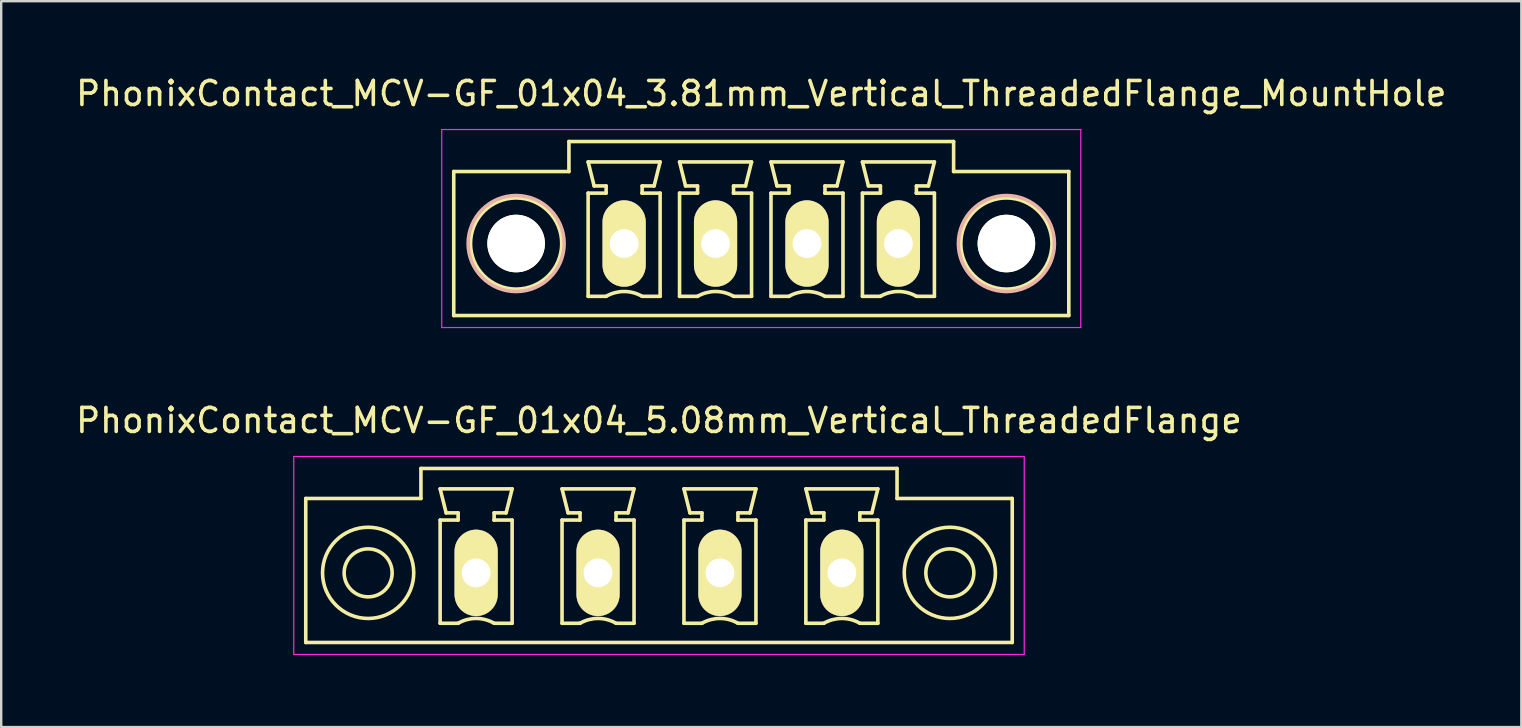
<source format=kicad_pcb>
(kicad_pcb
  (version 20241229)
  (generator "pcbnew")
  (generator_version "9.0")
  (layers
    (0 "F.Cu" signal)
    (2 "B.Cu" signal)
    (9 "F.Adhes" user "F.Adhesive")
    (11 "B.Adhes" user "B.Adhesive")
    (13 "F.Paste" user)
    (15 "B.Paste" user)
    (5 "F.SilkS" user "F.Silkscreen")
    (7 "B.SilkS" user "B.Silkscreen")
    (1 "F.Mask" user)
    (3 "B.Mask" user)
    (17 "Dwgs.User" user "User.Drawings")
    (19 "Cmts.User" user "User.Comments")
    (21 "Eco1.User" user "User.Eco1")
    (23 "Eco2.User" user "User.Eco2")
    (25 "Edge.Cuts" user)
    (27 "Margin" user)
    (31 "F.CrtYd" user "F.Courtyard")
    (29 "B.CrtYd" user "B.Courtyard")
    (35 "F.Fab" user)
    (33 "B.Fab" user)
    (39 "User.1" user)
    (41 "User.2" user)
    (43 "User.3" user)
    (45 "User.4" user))
  (footprint "PhonixContact_MCV-GF_01x04_3.81mm_Vertical_ThreadedFlange_MountHole"
    (layer "F.Cu")
    (at 22.958 7.098)
    (property "Reference" "PhonixContact_MCV-GF_01x04_3.81mm_Vertical_ThreadedFlange_MountHole" (at 5.715 -6.25 0) (layer "F.SilkS") (effects (font (size 1 1) (thickness 0.15))))
    (attr through_hole)
    (fp_line (start -7.1 -3) (end -7.1 3) (stroke (width 0.15) (type solid)) (layer "F.SilkS"))
    (fp_line (start -7.1 3) (end 18.53 3) (stroke (width 0.15) (type solid)) (layer "F.SilkS"))
    (fp_line (start -2.3 -4.25) (end -2.3 -3) (stroke (width 0.15) (type solid)) (layer "F.SilkS"))
    (fp_line (start -2.3 -3) (end -7.1 -3) (stroke (width 0.15) (type solid)) (layer "F.SilkS"))
    (fp_line (start -1.5 -3.4) (end 1.5 -3.4) (stroke (width 0.15) (type solid)) (layer "F.SilkS"))
    (fp_line (start -1.5 -2.1) (end -0.75 -2.1) (stroke (width 0.15) (type solid)) (layer "F.SilkS"))
    (fp_line (start -1.5 2.2) (end -1.5 -2.1) (stroke (width 0.15) (type solid)) (layer "F.SilkS"))
    (fp_line (start -1.25 -2.4) (end -1.5 -3.4) (stroke (width 0.15) (type solid)) (layer "F.SilkS"))
    (fp_line (start -0.75 -2.4) (end -1.25 -2.4) (stroke (width 0.15) (type solid)) (layer "F.SilkS"))
    (fp_line (start -0.75 -2.1) (end -0.75 -2.4) (stroke (width 0.15) (type solid)) (layer "F.SilkS"))
    (fp_line (start -0.75 2.2) (end -1.5 2.2) (stroke (width 0.15) (type solid)) (layer "F.SilkS"))
    (fp_line (start 0.75 -2.4) (end 0.75 -2.1) (stroke (width 0.15) (type solid)) (layer "F.SilkS"))
    (fp_line (start 0.75 -2.1) (end 0.75 -2.1) (stroke (width 0.15) (type solid)) (layer "F.SilkS"))
    (fp_line (start 0.75 -2.1) (end 1.5 -2.1) (stroke (width 0.15) (type solid)) (layer "F.SilkS"))
    (fp_line (start 1.25 -2.4) (end 0.75 -2.4) (stroke (width 0.15) (type solid)) (layer "F.SilkS"))
    (fp_line (start 1.5 -3.4) (end 1.25 -2.4) (stroke (width 0.15) (type solid)) (layer "F.SilkS"))
    (fp_line (start 1.5 -2.1) (end 1.5 2.2) (stroke (width 0.15) (type solid)) (layer "F.SilkS"))
    (fp_line (start 1.5 2.2) (end 0.75 2.2) (stroke (width 0.15) (type solid)) (layer "F.SilkS"))
    (fp_line (start 2.31 -3.4) (end 5.31 -3.4) (stroke (width 0.15) (type solid)) (layer "F.SilkS"))
    (fp_line (start 2.31 -2.1) (end 3.06 -2.1) (stroke (width 0.15) (type solid)) (layer "F.SilkS"))
    (fp_line (start 2.31 2.2) (end 2.31 -2.1) (stroke (width 0.15) (type solid)) (layer "F.SilkS"))
    (fp_line (start 2.56 -2.4) (end 2.31 -3.4) (stroke (width 0.15) (type solid)) (layer "F.SilkS"))
    (fp_line (start 3.06 -2.4) (end 2.56 -2.4) (stroke (width 0.15) (type solid)) (layer "F.SilkS"))
    (fp_line (start 3.06 -2.1) (end 3.06 -2.4) (stroke (width 0.15) (type solid)) (layer "F.SilkS"))
    (fp_line (start 3.06 2.2) (end 2.31 2.2) (stroke (width 0.15) (type solid)) (layer "F.SilkS"))
    (fp_line (start 4.56 -2.4) (end 4.56 -2.1) (stroke (width 0.15) (type solid)) (layer "F.SilkS"))
    (fp_line (start 4.56 -2.1) (end 4.56 -2.1) (stroke (width 0.15) (type solid)) (layer "F.SilkS"))
    (fp_line (start 4.56 -2.1) (end 5.31 -2.1) (stroke (width 0.15) (type solid)) (layer "F.SilkS"))
    (fp_line (start 5.06 -2.4) (end 4.56 -2.4) (stroke (width 0.15) (type solid)) (layer "F.SilkS"))
    (fp_line (start 5.31 -3.4) (end 5.06 -2.4) (stroke (width 0.15) (type solid)) (layer "F.SilkS"))
    (fp_line (start 5.31 -2.1) (end 5.31 2.2) (stroke (width 0.15) (type solid)) (layer "F.SilkS"))
    (fp_line (start 5.31 2.2) (end 4.56 2.2) (stroke (width 0.15) (type solid)) (layer "F.SilkS"))
    (fp_line (start 6.12 -3.4) (end 9.12 -3.4) (stroke (width 0.15) (type solid)) (layer "F.SilkS"))
    (fp_line (start 6.12 -2.1) (end 6.87 -2.1) (stroke (width 0.15) (type solid)) (layer "F.SilkS"))
    (fp_line (start 6.12 2.2) (end 6.12 -2.1) (stroke (width 0.15) (type solid)) (layer "F.SilkS"))
    (fp_line (start 6.37 -2.4) (end 6.12 -3.4) (stroke (width 0.15) (type solid)) (layer "F.SilkS"))
    (fp_line (start 6.87 -2.4) (end 6.37 -2.4) (stroke (width 0.15) (type solid)) (layer "F.SilkS"))
    (fp_line (start 6.87 -2.1) (end 6.87 -2.4) (stroke (width 0.15) (type solid)) (layer "F.SilkS"))
    (fp_line (start 6.87 2.2) (end 6.12 2.2) (stroke (width 0.15) (type solid)) (layer "F.SilkS"))
    (fp_line (start 8.37 -2.4) (end 8.37 -2.1) (stroke (width 0.15) (type solid)) (layer "F.SilkS"))
    (fp_line (start 8.37 -2.1) (end 8.37 -2.1) (stroke (width 0.15) (type solid)) (layer "F.SilkS"))
    (fp_line (start 8.37 -2.1) (end 9.12 -2.1) (stroke (width 0.15) (type solid)) (layer "F.SilkS"))
    (fp_line (start 8.87 -2.4) (end 8.37 -2.4) (stroke (width 0.15) (type solid)) (layer "F.SilkS"))
    (fp_line (start 9.12 -3.4) (end 8.87 -2.4) (stroke (width 0.15) (type solid)) (layer "F.SilkS"))
    (fp_line (start 9.12 -2.1) (end 9.12 2.2) (stroke (width 0.15) (type solid)) (layer "F.SilkS"))
    (fp_line (start 9.12 2.2) (end 8.37 2.2) (stroke (width 0.15) (type solid)) (layer "F.SilkS"))
    (fp_line (start 9.93 -3.4) (end 12.93 -3.4) (stroke (width 0.15) (type solid)) (layer "F.SilkS"))
    (fp_line (start 9.93 -2.1) (end 10.68 -2.1) (stroke (width 0.15) (type solid)) (layer "F.SilkS"))
    (fp_line (start 9.93 2.2) (end 9.93 -2.1) (stroke (width 0.15) (type solid)) (layer "F.SilkS"))
    (fp_line (start 10.18 -2.4) (end 9.93 -3.4) (stroke (width 0.15) (type solid)) (layer "F.SilkS"))
    (fp_line (start 10.68 -2.4) (end 10.18 -2.4) (stroke (width 0.15) (type solid)) (layer "F.SilkS"))
    (fp_line (start 10.68 -2.1) (end 10.68 -2.4) (stroke (width 0.15) (type solid)) (layer "F.SilkS"))
    (fp_line (start 10.68 2.2) (end 9.93 2.2) (stroke (width 0.15) (type solid)) (layer "F.SilkS"))
    (fp_line (start 12.18 -2.4) (end 12.18 -2.1) (stroke (width 0.15) (type solid)) (layer "F.SilkS"))
    (fp_line (start 12.18 -2.1) (end 12.18 -2.1) (stroke (width 0.15) (type solid)) (layer "F.SilkS"))
    (fp_line (start 12.18 -2.1) (end 12.93 -2.1) (stroke (width 0.15) (type solid)) (layer "F.SilkS"))
    (fp_line (start 12.68 -2.4) (end 12.18 -2.4) (stroke (width 0.15) (type solid)) (layer "F.SilkS"))
    (fp_line (start 12.93 -3.4) (end 12.68 -2.4) (stroke (width 0.15) (type solid)) (layer "F.SilkS"))
    (fp_line (start 12.93 -2.1) (end 12.93 2.2) (stroke (width 0.15) (type solid)) (layer "F.SilkS"))
    (fp_line (start 12.93 2.2) (end 12.18 2.2) (stroke (width 0.15) (type solid)) (layer "F.SilkS"))
    (fp_line (start 13.73 -4.25) (end -2.3 -4.25) (stroke (width 0.15) (type solid)) (layer "F.SilkS"))
    (fp_line (start 13.73 -3) (end 13.73 -4.25) (stroke (width 0.15) (type solid)) (layer "F.SilkS"))
    (fp_line (start 18.53 -3) (end 13.73 -3) (stroke (width 0.15) (type solid)) (layer "F.SilkS"))
    (fp_line (start 18.53 3) (end 18.53 -3) (stroke (width 0.15) (type solid)) (layer "F.SilkS"))
    (fp_arc (start -0.75 2.2) (mid -0.006068 1.999179) (end 0.739464 2.193978) (stroke (width 0.15) (type solid)) (layer "F.SilkS"))
    (fp_arc (start 3.06 2.2) (mid 3.803932 1.999179) (end 4.549464 2.193978) (stroke (width 0.15) (type solid)) (layer "F.SilkS"))
    (fp_arc (start 6.87 2.2) (mid 7.613932 1.999179) (end 8.359464 2.193978) (stroke (width 0.15) (type solid)) (layer "F.SilkS"))
    (fp_arc (start 10.68 2.2) (mid 11.423932 1.999179) (end 12.169464 2.193978) (stroke (width 0.15) (type solid)) (layer "F.SilkS"))
    (fp_circle (center -4.5 0) (end -2.6 0) (stroke (width 0.15) (type solid)) (fill no) (layer "F.SilkS"))
    (fp_circle (center 15.93 0) (end 17.83 0) (stroke (width 0.15) (type solid)) (fill no) (layer "F.SilkS"))
    (fp_circle (center -4.5 0) (end -2.5 0) (stroke (width 0.15) (type solid)) (fill no) (layer "B.SilkS"))
    (fp_circle (center 15.93 0) (end 17.93 0) (stroke (width 0.15) (type solid)) (fill no) (layer "B.SilkS"))
    (fp_line (start -7.6 -4.75) (end -7.6 3.5) (stroke (width 0.05) (type solid)) (layer "F.CrtYd"))
    (fp_line (start -7.6 3.5) (end 19.03 3.5) (stroke (width 0.05) (type solid)) (layer "F.CrtYd"))
    (fp_line (start 19.03 -4.75) (end -7.6 -4.75) (stroke (width 0.05) (type solid)) (layer "F.CrtYd"))
    (fp_line (start 19.03 3.5) (end 19.03 -4.75) (stroke (width 0.05) (type solid)) (layer "F.CrtYd"))
    (pad "" np_thru_hole circle (at -4.5 0) (size 2.4 2.4) (drill 2.4) (layers "*.Cu" "*.Mask" "F.SilkS"))
    (pad "" np_thru_hole circle (at 15.93 0) (size 2.4 2.4) (drill 2.4) (layers "*.Cu" "*.Mask" "F.SilkS"))
    (pad "1" thru_hole oval (at 0 0) (size 1.8 3.6) (drill 1.2) (layers "*.Cu" "*.Mask" "F.SilkS"))
    (pad "2" thru_hole oval (at 3.81 0) (size 1.8 3.6) (drill 1.2) (layers "*.Cu" "*.Mask" "F.SilkS"))
    (pad "3" thru_hole oval (at 7.62 0) (size 1.8 3.6) (drill 1.2) (layers "*.Cu" "*.Mask" "F.SilkS"))
    (pad "4" thru_hole oval (at 11.43 0) (size 1.8 3.6) (drill 1.2) (layers "*.Cu" "*.Mask" "F.SilkS")))
  (footprint "PhonixContact_MCV-GF_01x04_5.08mm_Vertical_ThreadedFlange"
    (layer "F.Cu")
    (at 16.791 20.822)
    (property "Reference" "PhonixContact_MCV-GF_01x04_5.08mm_Vertical_ThreadedFlange" (at 7.62 -6.35 0) (layer "F.SilkS") (effects (font (size 1 1) (thickness 0.15))))
    (attr through_hole)
    (fp_line (start -7.1 -3.1) (end -7.1 2.9) (stroke (width 0.15) (type solid)) (layer "F.SilkS"))
    (fp_line (start -7.1 2.9) (end 22.34 2.9) (stroke (width 0.15) (type solid)) (layer "F.SilkS"))
    (fp_line (start -2.3 -4.35) (end -2.3 -3.1) (stroke (width 0.15) (type solid)) (layer "F.SilkS"))
    (fp_line (start -2.3 -3.1) (end -7.1 -3.1) (stroke (width 0.15) (type solid)) (layer "F.SilkS"))
    (fp_line (start -1.5 -3.5) (end 1.5 -3.5) (stroke (width 0.15) (type solid)) (layer "F.SilkS"))
    (fp_line (start -1.5 -2.2) (end -0.75 -2.2) (stroke (width 0.15) (type solid)) (layer "F.SilkS"))
    (fp_line (start -1.5 2.1) (end -1.5 -2.2) (stroke (width 0.15) (type solid)) (layer "F.SilkS"))
    (fp_line (start -1.25 -2.5) (end -1.5 -3.5) (stroke (width 0.15) (type solid)) (layer "F.SilkS"))
    (fp_line (start -0.75 -2.5) (end -1.25 -2.5) (stroke (width 0.15) (type solid)) (layer "F.SilkS"))
    (fp_line (start -0.75 -2.2) (end -0.75 -2.5) (stroke (width 0.15) (type solid)) (layer "F.SilkS"))
    (fp_line (start -0.75 2.1) (end -1.5 2.1) (stroke (width 0.15) (type solid)) (layer "F.SilkS"))
    (fp_line (start 0.75 -2.5) (end 0.75 -2.2) (stroke (width 0.15) (type solid)) (layer "F.SilkS"))
    (fp_line (start 0.75 -2.2) (end 0.75 -2.2) (stroke (width 0.15) (type solid)) (layer "F.SilkS"))
    (fp_line (start 0.75 -2.2) (end 1.5 -2.2) (stroke (width 0.15) (type solid)) (layer "F.SilkS"))
    (fp_line (start 1.25 -2.5) (end 0.75 -2.5) (stroke (width 0.15) (type solid)) (layer "F.SilkS"))
    (fp_line (start 1.5 -3.5) (end 1.25 -2.5) (stroke (width 0.15) (type solid)) (layer "F.SilkS"))
    (fp_line (start 1.5 -2.2) (end 1.5 2.1) (stroke (width 0.15) (type solid)) (layer "F.SilkS"))
    (fp_line (start 1.5 2.1) (end 0.75 2.1) (stroke (width 0.15) (type solid)) (layer "F.SilkS"))
    (fp_line (start 3.58 -3.5) (end 6.58 -3.5) (stroke (width 0.15) (type solid)) (layer "F.SilkS"))
    (fp_line (start 3.58 -2.2) (end 4.33 -2.2) (stroke (width 0.15) (type solid)) (layer "F.SilkS"))
    (fp_line (start 3.58 2.1) (end 3.58 -2.2) (stroke (width 0.15) (type solid)) (layer "F.SilkS"))
    (fp_line (start 3.83 -2.5) (end 3.58 -3.5) (stroke (width 0.15) (type solid)) (layer "F.SilkS"))
    (fp_line (start 4.33 -2.5) (end 3.83 -2.5) (stroke (width 0.15) (type solid)) (layer "F.SilkS"))
    (fp_line (start 4.33 -2.2) (end 4.33 -2.5) (stroke (width 0.15) (type solid)) (layer "F.SilkS"))
    (fp_line (start 4.33 2.1) (end 3.58 2.1) (stroke (width 0.15) (type solid)) (layer "F.SilkS"))
    (fp_line (start 5.83 -2.5) (end 5.83 -2.2) (stroke (width 0.15) (type solid)) (layer "F.SilkS"))
    (fp_line (start 5.83 -2.2) (end 5.83 -2.2) (stroke (width 0.15) (type solid)) (layer "F.SilkS"))
    (fp_line (start 5.83 -2.2) (end 6.58 -2.2) (stroke (width 0.15) (type solid)) (layer "F.SilkS"))
    (fp_line (start 6.33 -2.5) (end 5.83 -2.5) (stroke (width 0.15) (type solid)) (layer "F.SilkS"))
    (fp_line (start 6.58 -3.5) (end 6.33 -2.5) (stroke (width 0.15) (type solid)) (layer "F.SilkS"))
    (fp_line (start 6.58 -2.2) (end 6.58 2.1) (stroke (width 0.15) (type solid)) (layer "F.SilkS"))
    (fp_line (start 6.58 2.1) (end 5.83 2.1) (stroke (width 0.15) (type solid)) (layer "F.SilkS"))
    (fp_line (start 8.66 -3.5) (end 11.66 -3.5) (stroke (width 0.15) (type solid)) (layer "F.SilkS"))
    (fp_line (start 8.66 -2.2) (end 9.41 -2.2) (stroke (width 0.15) (type solid)) (layer "F.SilkS"))
    (fp_line (start 8.66 2.1) (end 8.66 -2.2) (stroke (width 0.15) (type solid)) (layer "F.SilkS"))
    (fp_line (start 8.91 -2.5) (end 8.66 -3.5) (stroke (width 0.15) (type solid)) (layer "F.SilkS"))
    (fp_line (start 9.41 -2.5) (end 8.91 -2.5) (stroke (width 0.15) (type solid)) (layer "F.SilkS"))
    (fp_line (start 9.41 -2.2) (end 9.41 -2.5) (stroke (width 0.15) (type solid)) (layer "F.SilkS"))
    (fp_line (start 9.41 2.1) (end 8.66 2.1) (stroke (width 0.15) (type solid)) (layer "F.SilkS"))
    (fp_line (start 10.91 -2.5) (end 10.91 -2.2) (stroke (width 0.15) (type solid)) (layer "F.SilkS"))
    (fp_line (start 10.91 -2.2) (end 10.91 -2.2) (stroke (width 0.15) (type solid)) (layer "F.SilkS"))
    (fp_line (start 10.91 -2.2) (end 11.66 -2.2) (stroke (width 0.15) (type solid)) (layer "F.SilkS"))
    (fp_line (start 11.41 -2.5) (end 10.91 -2.5) (stroke (width 0.15) (type solid)) (layer "F.SilkS"))
    (fp_line (start 11.66 -3.5) (end 11.41 -2.5) (stroke (width 0.15) (type solid)) (layer "F.SilkS"))
    (fp_line (start 11.66 -2.2) (end 11.66 2.1) (stroke (width 0.15) (type solid)) (layer "F.SilkS"))
    (fp_line (start 11.66 2.1) (end 10.91 2.1) (stroke (width 0.15) (type solid)) (layer "F.SilkS"))
    (fp_line (start 13.74 -3.5) (end 16.74 -3.5) (stroke (width 0.15) (type solid)) (layer "F.SilkS"))
    (fp_line (start 13.74 -2.2) (end 14.49 -2.2) (stroke (width 0.15) (type solid)) (layer "F.SilkS"))
    (fp_line (start 13.74 2.1) (end 13.74 -2.2) (stroke (width 0.15) (type solid)) (layer "F.SilkS"))
    (fp_line (start 13.99 -2.5) (end 13.74 -3.5) (stroke (width 0.15) (type solid)) (layer "F.SilkS"))
    (fp_line (start 14.49 -2.5) (end 13.99 -2.5) (stroke (width 0.15) (type solid)) (layer "F.SilkS"))
    (fp_line (start 14.49 -2.2) (end 14.49 -2.5) (stroke (width 0.15) (type solid)) (layer "F.SilkS"))
    (fp_line (start 14.49 2.1) (end 13.74 2.1) (stroke (width 0.15) (type solid)) (layer "F.SilkS"))
    (fp_line (start 15.99 -2.5) (end 15.99 -2.2) (stroke (width 0.15) (type solid)) (layer "F.SilkS"))
    (fp_line (start 15.99 -2.2) (end 15.99 -2.2) (stroke (width 0.15) (type solid)) (layer "F.SilkS"))
    (fp_line (start 15.99 -2.2) (end 16.74 -2.2) (stroke (width 0.15) (type solid)) (layer "F.SilkS"))
    (fp_line (start 16.49 -2.5) (end 15.99 -2.5) (stroke (width 0.15) (type solid)) (layer "F.SilkS"))
    (fp_line (start 16.74 -3.5) (end 16.49 -2.5) (stroke (width 0.15) (type solid)) (layer "F.SilkS"))
    (fp_line (start 16.74 -2.2) (end 16.74 2.1) (stroke (width 0.15) (type solid)) (layer "F.SilkS"))
    (fp_line (start 16.74 2.1) (end 15.99 2.1) (stroke (width 0.15) (type solid)) (layer "F.SilkS"))
    (fp_line (start 17.54 -4.35) (end -2.3 -4.35) (stroke (width 0.15) (type solid)) (layer "F.SilkS"))
    (fp_line (start 17.54 -3.1) (end 17.54 -4.35) (stroke (width 0.15) (type solid)) (layer "F.SilkS"))
    (fp_line (start 22.34 -3.1) (end 17.54 -3.1) (stroke (width 0.15) (type solid)) (layer "F.SilkS"))
    (fp_line (start 22.34 2.9) (end 22.34 -3.1) (stroke (width 0.15) (type solid)) (layer "F.SilkS"))
    (fp_arc (start -0.75 2.1) (mid -0.006068 1.899179) (end 0.739464 2.093978) (stroke (width 0.15) (type solid)) (layer "F.SilkS"))
    (fp_arc (start 4.33 2.1) (mid 5.073932 1.899179) (end 5.819464 2.093978) (stroke (width 0.15) (type solid)) (layer "F.SilkS"))
    (fp_arc (start 9.41 2.1) (mid 10.153932 1.899179) (end 10.899464 2.093978) (stroke (width 0.15) (type solid)) (layer "F.SilkS"))
    (fp_arc (start 14.49 2.1) (mid 15.233932 1.899179) (end 15.979464 2.093978) (stroke (width 0.15) (type solid)) (layer "F.SilkS"))
    (fp_circle (center -4.5 0) (end -3.5 0) (stroke (width 0.15) (type solid)) (fill no) (layer "F.SilkS"))
    (fp_circle (center -4.5 0) (end -2.6 0) (stroke (width 0.15) (type solid)) (fill no) (layer "F.SilkS"))
    (fp_circle (center 19.74 0) (end 20.74 0) (stroke (width 0.15) (type solid)) (fill no) (layer "F.SilkS"))
    (fp_circle (center 19.74 0) (end 21.64 0) (stroke (width 0.15) (type solid)) (fill no) (layer "F.SilkS"))
    (fp_line (start -7.6 -4.85) (end -7.6 3.4) (stroke (width 0.05) (type solid)) (layer "F.CrtYd"))
    (fp_line (start -7.6 3.4) (end 22.84 3.4) (stroke (width 0.05) (type solid)) (layer "F.CrtYd"))
    (fp_line (start 22.84 -4.85) (end -7.6 -4.85) (stroke (width 0.05) (type solid)) (layer "F.CrtYd"))
    (fp_line (start 22.84 3.4) (end 22.84 -4.85) (stroke (width 0.05) (type solid)) (layer "F.CrtYd"))
    (pad "1" thru_hole oval (at 0 0) (size 1.8 3.6) (drill 1.2) (layers "*.Cu" "*.Mask" "F.SilkS"))
    (pad "2" thru_hole oval (at 5.08 0) (size 1.8 3.6) (drill 1.2) (layers "*.Cu" "*.Mask" "F.SilkS"))
    (pad "3" thru_hole oval (at 10.16 0) (size 1.8 3.6) (drill 1.2) (layers "*.Cu" "*.Mask" "F.SilkS"))
    (pad "4" thru_hole oval (at 15.24 0) (size 1.8 3.6) (drill 1.2) (layers "*.Cu" "*.Mask" "F.SilkS")))
  (gr_rect
    (start -3 -3)
    (end 60.345 27.247)
    (stroke (width 0.1) (type default))
    (fill no)
    (layer "Edge.Cuts")))
</source>
